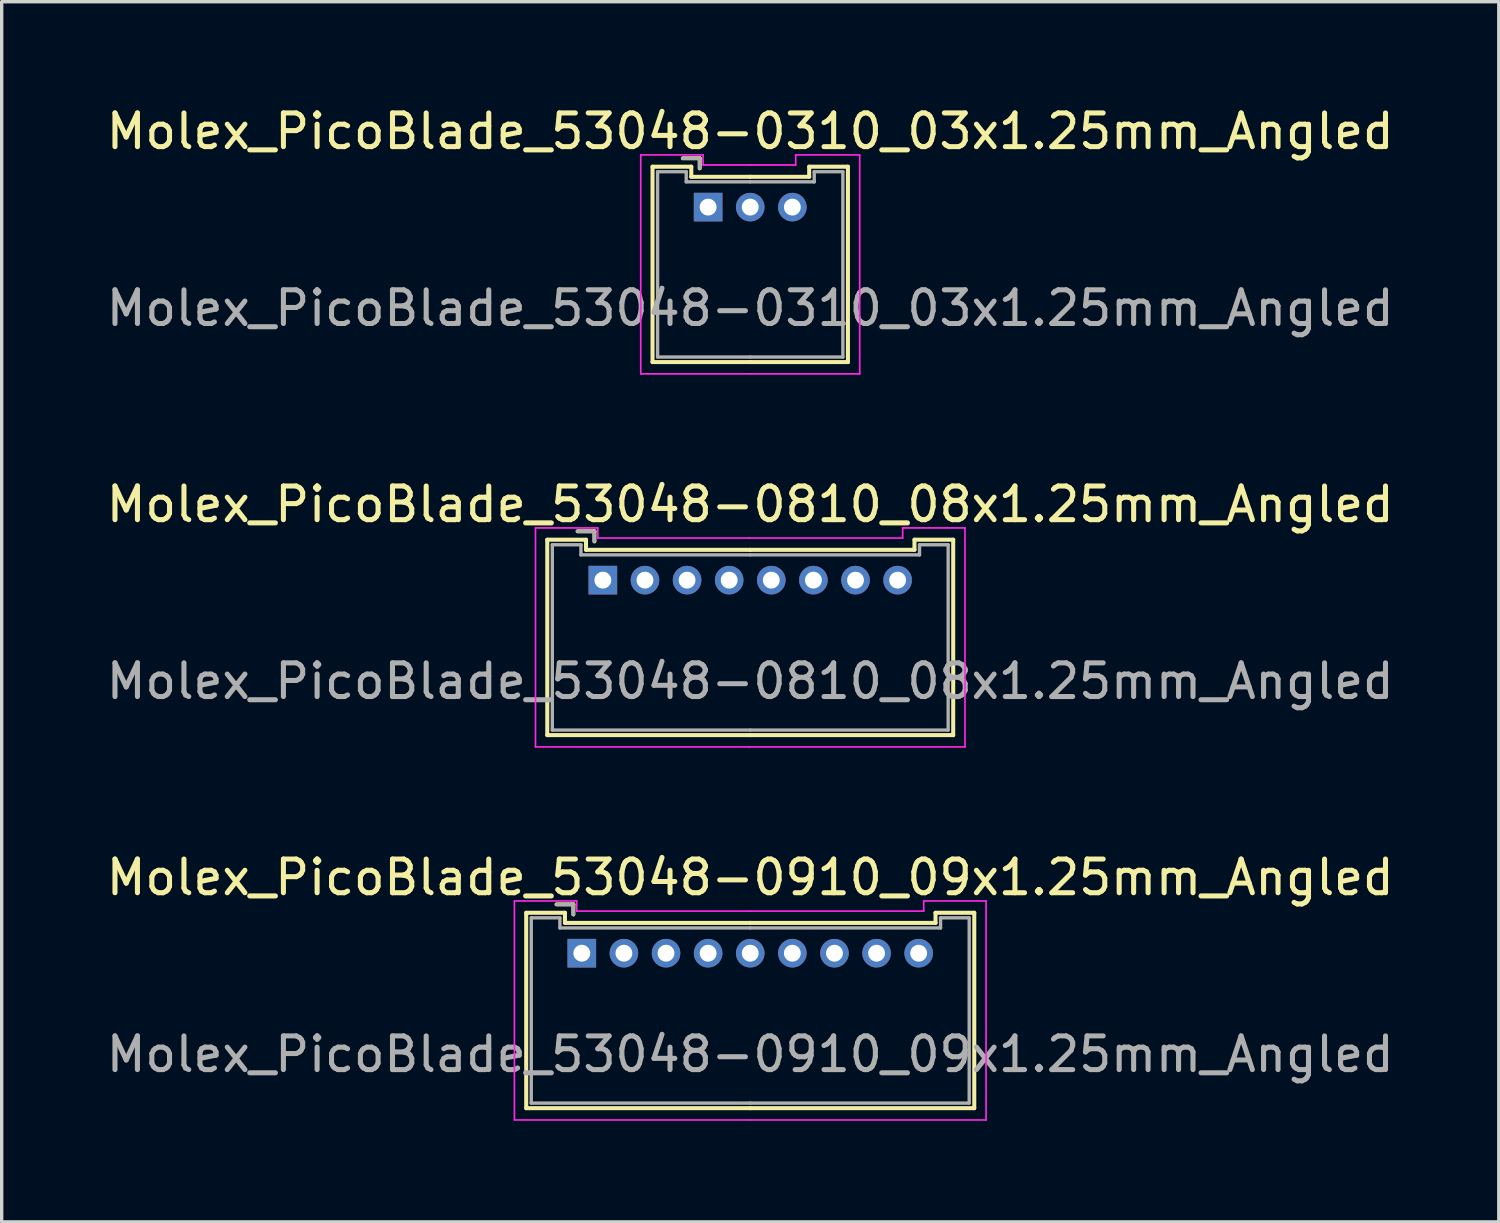
<source format=kicad_pcb>
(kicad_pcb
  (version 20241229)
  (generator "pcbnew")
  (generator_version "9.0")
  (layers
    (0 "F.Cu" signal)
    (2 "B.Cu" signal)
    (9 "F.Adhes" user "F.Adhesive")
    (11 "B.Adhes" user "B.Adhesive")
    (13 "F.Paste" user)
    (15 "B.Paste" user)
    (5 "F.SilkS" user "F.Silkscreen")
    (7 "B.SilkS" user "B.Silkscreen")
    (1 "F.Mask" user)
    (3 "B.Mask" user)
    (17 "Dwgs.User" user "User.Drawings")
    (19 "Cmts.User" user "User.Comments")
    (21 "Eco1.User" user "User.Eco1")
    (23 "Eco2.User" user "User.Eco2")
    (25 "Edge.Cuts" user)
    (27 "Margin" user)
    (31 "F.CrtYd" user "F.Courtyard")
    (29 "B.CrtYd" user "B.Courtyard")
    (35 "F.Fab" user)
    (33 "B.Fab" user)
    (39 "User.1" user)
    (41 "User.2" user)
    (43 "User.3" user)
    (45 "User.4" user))
  (footprint "Molex_PicoBlade_53048-0910_09x1.25mm_Angled"
    (layer "F.Cu")
    (at 14.22 25.245)
    (property "Reference" "Molex_PicoBlade_53048-0910_09x1.25mm_Angled" (at 5 -2.25 0) (layer "F.SilkS") (effects (font (size 1 1) (thickness 0.15))))
    (attr through_hole)
    (fp_line (start -1.65 -1.2) (end -1.65 4.6) (stroke (width 0.12) (type solid)) (layer "F.SilkS"))
    (fp_line (start -1.65 4.6) (end 5 4.6) (stroke (width 0.12) (type solid)) (layer "F.SilkS"))
    (fp_line (start -0.5 -1.2) (end -1.65 -1.2) (stroke (width 0.12) (type solid)) (layer "F.SilkS"))
    (fp_line (start -0.5 -0.9) (end -0.5 -1.2) (stroke (width 0.12) (type solid)) (layer "F.SilkS"))
    (fp_line (start -0.25 -1.45) (end -0.75 -1.45) (stroke (width 0.12) (type solid)) (layer "F.SilkS"))
    (fp_line (start -0.25 -1.15) (end -0.25 -1.45) (stroke (width 0.12) (type solid)) (layer "F.SilkS"))
    (fp_line (start 5 -0.9) (end -0.5 -0.9) (stroke (width 0.12) (type solid)) (layer "F.SilkS"))
    (fp_line (start 5 -0.9) (end 10.5 -0.9) (stroke (width 0.12) (type solid)) (layer "F.SilkS"))
    (fp_line (start 10.5 -1.2) (end 11.65 -1.2) (stroke (width 0.12) (type solid)) (layer "F.SilkS"))
    (fp_line (start 10.5 -0.9) (end 10.5 -1.2) (stroke (width 0.12) (type solid)) (layer "F.SilkS"))
    (fp_line (start 11.65 -1.2) (end 11.65 4.6) (stroke (width 0.12) (type solid)) (layer "F.SilkS"))
    (fp_line (start 11.65 4.6) (end 5 4.6) (stroke (width 0.12) (type solid)) (layer "F.SilkS"))
    (fp_line (start -2 -1.55) (end -2 4.95) (stroke (width 0.05) (type solid)) (layer "F.CrtYd"))
    (fp_line (start -2 4.95) (end 5 4.95) (stroke (width 0.05) (type solid)) (layer "F.CrtYd"))
    (fp_line (start -0.15 -1.55) (end -2 -1.55) (stroke (width 0.05) (type solid)) (layer "F.CrtYd"))
    (fp_line (start -0.15 -1.25) (end -0.15 -1.55) (stroke (width 0.05) (type solid)) (layer "F.CrtYd"))
    (fp_line (start 5 -1.25) (end -0.15 -1.25) (stroke (width 0.05) (type solid)) (layer "F.CrtYd"))
    (fp_line (start 5 -1.25) (end 10.15 -1.25) (stroke (width 0.05) (type solid)) (layer "F.CrtYd"))
    (fp_line (start 10.15 -1.55) (end 12 -1.55) (stroke (width 0.05) (type solid)) (layer "F.CrtYd"))
    (fp_line (start 10.15 -1.25) (end 10.15 -1.55) (stroke (width 0.05) (type solid)) (layer "F.CrtYd"))
    (fp_line (start 12 -1.55) (end 12 4.95) (stroke (width 0.05) (type solid)) (layer "F.CrtYd"))
    (fp_line (start 12 4.95) (end 5 4.95) (stroke (width 0.05) (type solid)) (layer "F.CrtYd"))
    (fp_line (start -1.5 -1.05) (end -1.5 4.45) (stroke (width 0.1) (type solid)) (layer "F.Fab"))
    (fp_line (start -1.5 4.45) (end 5 4.45) (stroke (width 0.1) (type solid)) (layer "F.Fab"))
    (fp_line (start -0.65 -1.05) (end -1.5 -1.05) (stroke (width 0.1) (type solid)) (layer "F.Fab"))
    (fp_line (start -0.65 -0.75) (end -0.65 -1.05) (stroke (width 0.1) (type solid)) (layer "F.Fab"))
    (fp_line (start -0.25 -1.45) (end -0.75 -1.45) (stroke (width 0.1) (type solid)) (layer "F.Fab"))
    (fp_line (start -0.25 -1.15) (end -0.25 -1.45) (stroke (width 0.1) (type solid)) (layer "F.Fab"))
    (fp_line (start 5 -0.75) (end -0.65 -0.75) (stroke (width 0.1) (type solid)) (layer "F.Fab"))
    (fp_line (start 5 -0.75) (end 10.65 -0.75) (stroke (width 0.1) (type solid)) (layer "F.Fab"))
    (fp_line (start 10.65 -1.05) (end 11.5 -1.05) (stroke (width 0.1) (type solid)) (layer "F.Fab"))
    (fp_line (start 10.65 -0.75) (end 10.65 -1.05) (stroke (width 0.1) (type solid)) (layer "F.Fab"))
    (fp_line (start 11.5 -1.05) (end 11.5 4.45) (stroke (width 0.1) (type solid)) (layer "F.Fab"))
    (fp_line (start 11.5 4.45) (end 5 4.45) (stroke (width 0.1) (type solid)) (layer "F.Fab"))
    (fp_text user "${REFERENCE}" (at 5 3 0) (layer "F.Fab") (effects (font (size 1 1) (thickness 0.15))))
    (pad "1" thru_hole rect (at 0 0) (size 0.85 0.85) (drill 0.5) (layers "*.Cu" "*.Mask"))
    (pad "2" thru_hole circle (at 1.25 0) (size 0.85 0.85) (drill 0.5) (layers "*.Cu" "*.Mask"))
    (pad "3" thru_hole circle (at 2.5 0) (size 0.85 0.85) (drill 0.5) (layers "*.Cu" "*.Mask"))
    (pad "4" thru_hole circle (at 3.75 0) (size 0.85 0.85) (drill 0.5) (layers "*.Cu" "*.Mask"))
    (pad "5" thru_hole circle (at 5 0) (size 0.85 0.85) (drill 0.5) (layers "*.Cu" "*.Mask"))
    (pad "6" thru_hole circle (at 6.25 0) (size 0.85 0.85) (drill 0.5) (layers "*.Cu" "*.Mask"))
    (pad "7" thru_hole circle (at 7.5 0) (size 0.85 0.85) (drill 0.5) (layers "*.Cu" "*.Mask"))
    (pad "8" thru_hole circle (at 8.75 0) (size 0.85 0.85) (drill 0.5) (layers "*.Cu" "*.Mask"))
    (pad "9" thru_hole circle (at 10 0) (size 0.85 0.85) (drill 0.5) (layers "*.Cu" "*.Mask")))
  (footprint "Molex_PicoBlade_53048-0310_03x1.25mm_Angled"
    (layer "F.Cu")
    (at 17.97 3.098)
    (property "Reference" "Molex_PicoBlade_53048-0310_03x1.25mm_Angled" (at 1.25 -2.25 0) (layer "F.SilkS") (effects (font (size 1 1) (thickness 0.15))))
    (attr through_hole)
    (fp_line (start -1.65 -1.2) (end -1.65 4.6) (stroke (width 0.12) (type solid)) (layer "F.SilkS"))
    (fp_line (start -1.65 4.6) (end 1.25 4.6) (stroke (width 0.12) (type solid)) (layer "F.SilkS"))
    (fp_line (start -0.5 -1.2) (end -1.65 -1.2) (stroke (width 0.12) (type solid)) (layer "F.SilkS"))
    (fp_line (start -0.5 -0.9) (end -0.5 -1.2) (stroke (width 0.12) (type solid)) (layer "F.SilkS"))
    (fp_line (start -0.25 -1.45) (end -0.75 -1.45) (stroke (width 0.12) (type solid)) (layer "F.SilkS"))
    (fp_line (start -0.25 -1.15) (end -0.25 -1.45) (stroke (width 0.12) (type solid)) (layer "F.SilkS"))
    (fp_line (start 1.25 -0.9) (end -0.5 -0.9) (stroke (width 0.12) (type solid)) (layer "F.SilkS"))
    (fp_line (start 1.25 -0.9) (end 3 -0.9) (stroke (width 0.12) (type solid)) (layer "F.SilkS"))
    (fp_line (start 3 -1.2) (end 4.15 -1.2) (stroke (width 0.12) (type solid)) (layer "F.SilkS"))
    (fp_line (start 3 -0.9) (end 3 -1.2) (stroke (width 0.12) (type solid)) (layer "F.SilkS"))
    (fp_line (start 4.15 -1.2) (end 4.15 4.6) (stroke (width 0.12) (type solid)) (layer "F.SilkS"))
    (fp_line (start 4.15 4.6) (end 1.25 4.6) (stroke (width 0.12) (type solid)) (layer "F.SilkS"))
    (fp_line (start -2 -1.55) (end -2 4.95) (stroke (width 0.05) (type solid)) (layer "F.CrtYd"))
    (fp_line (start -2 4.95) (end 1.25 4.95) (stroke (width 0.05) (type solid)) (layer "F.CrtYd"))
    (fp_line (start -0.15 -1.55) (end -2 -1.55) (stroke (width 0.05) (type solid)) (layer "F.CrtYd"))
    (fp_line (start -0.15 -1.25) (end -0.15 -1.55) (stroke (width 0.05) (type solid)) (layer "F.CrtYd"))
    (fp_line (start 1.25 -1.25) (end -0.15 -1.25) (stroke (width 0.05) (type solid)) (layer "F.CrtYd"))
    (fp_line (start 1.25 -1.25) (end 2.6 -1.25) (stroke (width 0.05) (type solid)) (layer "F.CrtYd"))
    (fp_line (start 2.6 -1.55) (end 4.5 -1.55) (stroke (width 0.05) (type solid)) (layer "F.CrtYd"))
    (fp_line (start 2.6 -1.25) (end 2.6 -1.55) (stroke (width 0.05) (type solid)) (layer "F.CrtYd"))
    (fp_line (start 4.5 -1.55) (end 4.5 4.95) (stroke (width 0.05) (type solid)) (layer "F.CrtYd"))
    (fp_line (start 4.5 4.95) (end 1.25 4.95) (stroke (width 0.05) (type solid)) (layer "F.CrtYd"))
    (fp_line (start -1.5 -1.05) (end -1.5 4.45) (stroke (width 0.1) (type solid)) (layer "F.Fab"))
    (fp_line (start -1.5 4.45) (end 1.25 4.45) (stroke (width 0.1) (type solid)) (layer "F.Fab"))
    (fp_line (start -0.65 -1.05) (end -1.5 -1.05) (stroke (width 0.1) (type solid)) (layer "F.Fab"))
    (fp_line (start -0.65 -0.75) (end -0.65 -1.05) (stroke (width 0.1) (type solid)) (layer "F.Fab"))
    (fp_line (start -0.25 -1.45) (end -0.75 -1.45) (stroke (width 0.1) (type solid)) (layer "F.Fab"))
    (fp_line (start -0.25 -1.15) (end -0.25 -1.45) (stroke (width 0.1) (type solid)) (layer "F.Fab"))
    (fp_line (start 1.25 -0.75) (end -0.65 -0.75) (stroke (width 0.1) (type solid)) (layer "F.Fab"))
    (fp_line (start 1.25 -0.75) (end 3.15 -0.75) (stroke (width 0.1) (type solid)) (layer "F.Fab"))
    (fp_line (start 3.15 -1.05) (end 4 -1.05) (stroke (width 0.1) (type solid)) (layer "F.Fab"))
    (fp_line (start 3.15 -0.75) (end 3.15 -1.05) (stroke (width 0.1) (type solid)) (layer "F.Fab"))
    (fp_line (start 4 -1.05) (end 4 4.45) (stroke (width 0.1) (type solid)) (layer "F.Fab"))
    (fp_line (start 4 4.45) (end 1.25 4.45) (stroke (width 0.1) (type solid)) (layer "F.Fab"))
    (fp_text user "${REFERENCE}" (at 1.25 3 0) (layer "F.Fab") (effects (font (size 1 1) (thickness 0.15))))
    (pad "1" thru_hole rect (at 0 0) (size 0.85 0.85) (drill 0.5) (layers "*.Cu" "*.Mask"))
    (pad "2" thru_hole circle (at 1.25 0) (size 0.85 0.85) (drill 0.5) (layers "*.Cu" "*.Mask"))
    (pad "3" thru_hole circle (at 2.5 0) (size 0.85 0.85) (drill 0.5) (layers "*.Cu" "*.Mask")))
  (footprint "Molex_PicoBlade_53048-0810_08x1.25mm_Angled"
    (layer "F.Cu")
    (at 14.845 14.171)
    (property "Reference" "Molex_PicoBlade_53048-0810_08x1.25mm_Angled" (at 4.375 -2.25 0) (layer "F.SilkS") (effects (font (size 1 1) (thickness 0.15))))
    (attr through_hole)
    (fp_line (start -1.65 -1.2) (end -1.65 4.6) (stroke (width 0.12) (type solid)) (layer "F.SilkS"))
    (fp_line (start -1.65 4.6) (end 4.375 4.6) (stroke (width 0.12) (type solid)) (layer "F.SilkS"))
    (fp_line (start -0.5 -1.2) (end -1.65 -1.2) (stroke (width 0.12) (type solid)) (layer "F.SilkS"))
    (fp_line (start -0.5 -0.9) (end -0.5 -1.2) (stroke (width 0.12) (type solid)) (layer "F.SilkS"))
    (fp_line (start -0.25 -1.45) (end -0.75 -1.45) (stroke (width 0.12) (type solid)) (layer "F.SilkS"))
    (fp_line (start -0.25 -1.15) (end -0.25 -1.45) (stroke (width 0.12) (type solid)) (layer "F.SilkS"))
    (fp_line (start 4.375 -0.9) (end -0.5 -0.9) (stroke (width 0.12) (type solid)) (layer "F.SilkS"))
    (fp_line (start 4.375 -0.9) (end 9.25 -0.9) (stroke (width 0.12) (type solid)) (layer "F.SilkS"))
    (fp_line (start 9.25 -1.2) (end 10.4 -1.2) (stroke (width 0.12) (type solid)) (layer "F.SilkS"))
    (fp_line (start 9.25 -0.9) (end 9.25 -1.2) (stroke (width 0.12) (type solid)) (layer "F.SilkS"))
    (fp_line (start 10.4 -1.2) (end 10.4 4.6) (stroke (width 0.12) (type solid)) (layer "F.SilkS"))
    (fp_line (start 10.4 4.6) (end 4.375 4.6) (stroke (width 0.12) (type solid)) (layer "F.SilkS"))
    (fp_line (start -2 -1.55) (end -2 4.95) (stroke (width 0.05) (type solid)) (layer "F.CrtYd"))
    (fp_line (start -2 4.95) (end 4.35 4.95) (stroke (width 0.05) (type solid)) (layer "F.CrtYd"))
    (fp_line (start -0.15 -1.55) (end -2 -1.55) (stroke (width 0.05) (type solid)) (layer "F.CrtYd"))
    (fp_line (start -0.15 -1.25) (end -0.15 -1.55) (stroke (width 0.05) (type solid)) (layer "F.CrtYd"))
    (fp_line (start 4.35 -1.25) (end -0.15 -1.25) (stroke (width 0.05) (type solid)) (layer "F.CrtYd"))
    (fp_line (start 4.35 -1.25) (end 8.9 -1.25) (stroke (width 0.05) (type solid)) (layer "F.CrtYd"))
    (fp_line (start 8.9 -1.55) (end 10.75 -1.55) (stroke (width 0.05) (type solid)) (layer "F.CrtYd"))
    (fp_line (start 8.9 -1.25) (end 8.9 -1.55) (stroke (width 0.05) (type solid)) (layer "F.CrtYd"))
    (fp_line (start 10.75 -1.55) (end 10.75 4.95) (stroke (width 0.05) (type solid)) (layer "F.CrtYd"))
    (fp_line (start 10.75 4.95) (end 4.35 4.95) (stroke (width 0.05) (type solid)) (layer "F.CrtYd"))
    (fp_line (start -1.5 -1.05) (end -1.5 4.45) (stroke (width 0.1) (type solid)) (layer "F.Fab"))
    (fp_line (start -1.5 4.45) (end 4.375 4.45) (stroke (width 0.1) (type solid)) (layer "F.Fab"))
    (fp_line (start -0.65 -1.05) (end -1.5 -1.05) (stroke (width 0.1) (type solid)) (layer "F.Fab"))
    (fp_line (start -0.65 -0.75) (end -0.65 -1.05) (stroke (width 0.1) (type solid)) (layer "F.Fab"))
    (fp_line (start -0.25 -1.45) (end -0.75 -1.45) (stroke (width 0.1) (type solid)) (layer "F.Fab"))
    (fp_line (start -0.25 -1.15) (end -0.25 -1.45) (stroke (width 0.1) (type solid)) (layer "F.Fab"))
    (fp_line (start 4.375 -0.75) (end -0.65 -0.75) (stroke (width 0.1) (type solid)) (layer "F.Fab"))
    (fp_line (start 4.375 -0.75) (end 9.4 -0.75) (stroke (width 0.1) (type solid)) (layer "F.Fab"))
    (fp_line (start 9.4 -1.05) (end 10.25 -1.05) (stroke (width 0.1) (type solid)) (layer "F.Fab"))
    (fp_line (start 9.4 -0.75) (end 9.4 -1.05) (stroke (width 0.1) (type solid)) (layer "F.Fab"))
    (fp_line (start 10.25 -1.05) (end 10.25 4.45) (stroke (width 0.1) (type solid)) (layer "F.Fab"))
    (fp_line (start 10.25 4.45) (end 4.375 4.45) (stroke (width 0.1) (type solid)) (layer "F.Fab"))
    (fp_text user "${REFERENCE}" (at 4.375 3 0) (layer "F.Fab") (effects (font (size 1 1) (thickness 0.15))))
    (pad "1" thru_hole rect (at 0 0) (size 0.85 0.85) (drill 0.5) (layers "*.Cu" "*.Mask"))
    (pad "2" thru_hole circle (at 1.25 0) (size 0.85 0.85) (drill 0.5) (layers "*.Cu" "*.Mask"))
    (pad "3" thru_hole circle (at 2.5 0) (size 0.85 0.85) (drill 0.5) (layers "*.Cu" "*.Mask"))
    (pad "4" thru_hole circle (at 3.75 0) (size 0.85 0.85) (drill 0.5) (layers "*.Cu" "*.Mask"))
    (pad "5" thru_hole circle (at 5 0) (size 0.85 0.85) (drill 0.5) (layers "*.Cu" "*.Mask"))
    (pad "6" thru_hole circle (at 6.25 0) (size 0.85 0.85) (drill 0.5) (layers "*.Cu" "*.Mask"))
    (pad "7" thru_hole circle (at 7.5 0) (size 0.85 0.85) (drill 0.5) (layers "*.Cu" "*.Mask"))
    (pad "8" thru_hole circle (at 8.75 0) (size 0.85 0.85) (drill 0.5) (layers "*.Cu" "*.Mask")))
  (gr_rect
    (start -3 -3)
    (end 41.44 33.22)
    (stroke (width 0.1) (type default))
    (fill no)
    (layer "Edge.Cuts")))
</source>
